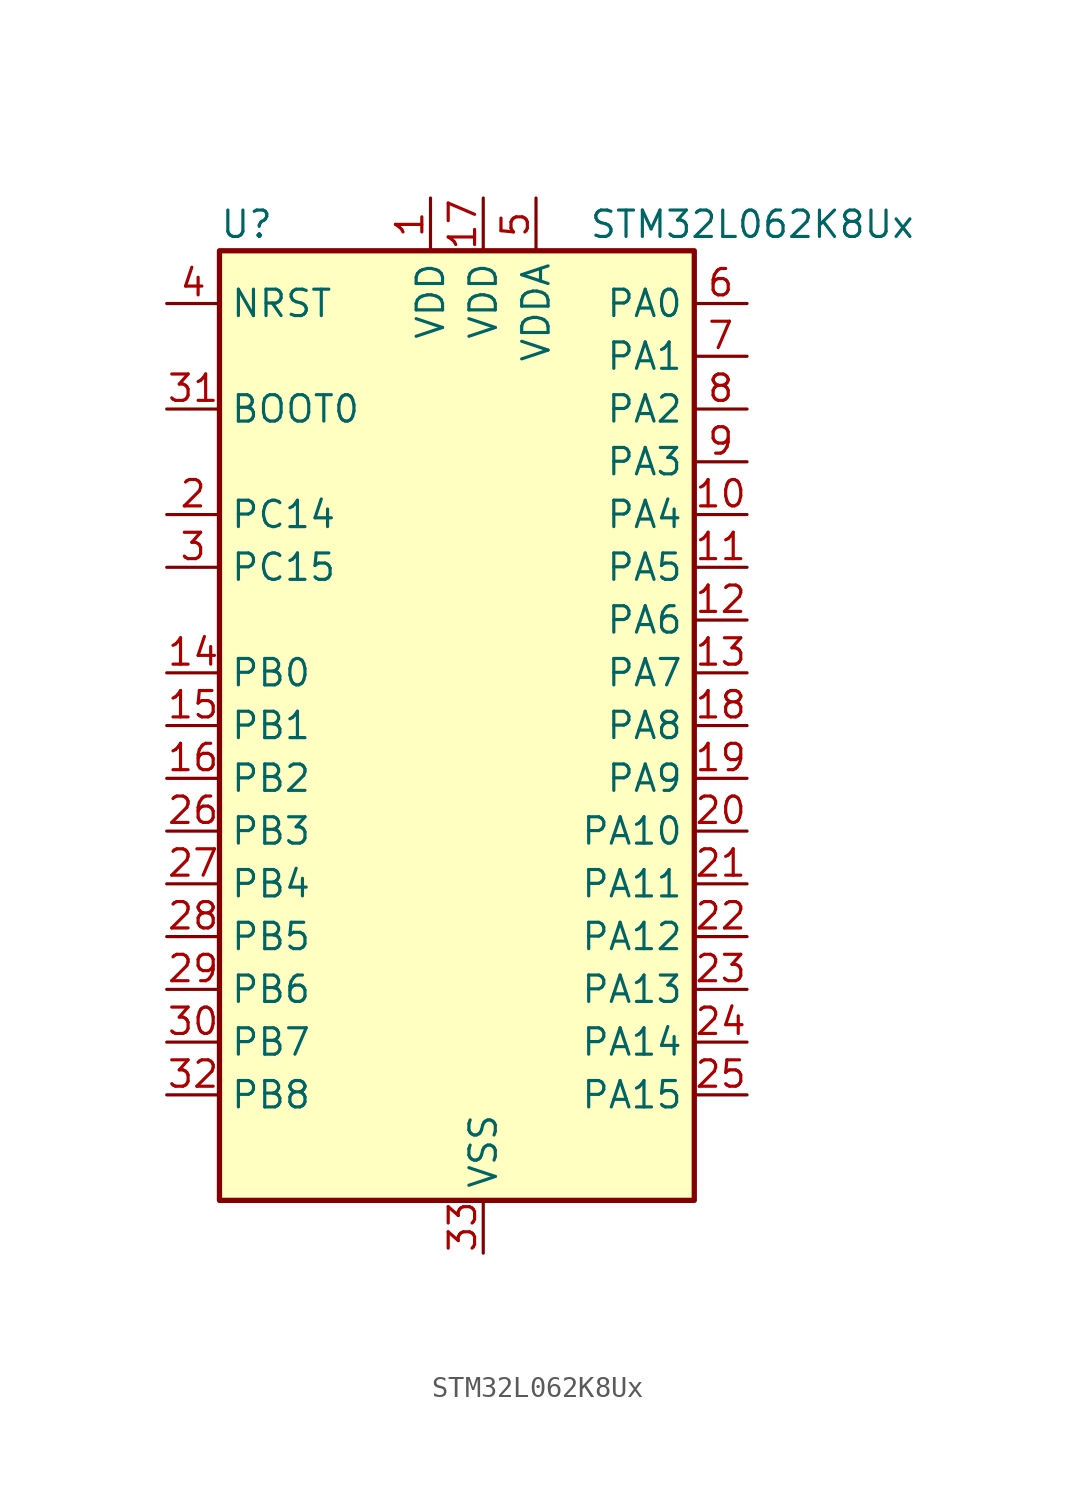
<source format=kicad_sym>
(kicad_symbol_lib
  (version 20220914)
  (generator kicad_symbol_editor)
  (symbol "STM32L062K8Ux"
    (property "Reference" "U"
      (at -10.16 24.13 0)
      (effects (font (size 1.27 1.27)) (justify left)))
    (property "Value" "STM32L062K8Ux"
      (at 7.62 24.13 0)
      (effects (font (size 1.27 1.27)) (justify left)))
    (property "ki_locked" ""
      (at 0 0 0)
      (effects (font (size 1.27 1.27))))
    (symbol "STM32L062K8Ux_0_1"
      (rectangle (start -10.16 -22.86) (end 12.7 22.86) (stroke (width 0.254) (type default)) (fill (type background))))
    (symbol "STM32L062K8Ux_1_1"
      (pin power_in line (at 0 25.4 270) (length 2.54) (name "VDD" (effects (font (size 1.27 1.27)))) (number "1" (effects (font (size 1.27 1.27)))))
      (pin bidirectional line (at 15.24 10.16 180) (length 2.54) (name "PA4" (effects (font (size 1.27 1.27)))) (number "10" (effects (font (size 1.27 1.27)))) (alternate "ADC_IN4" bidirectional line) (alternate "COMP1_INM" bidirectional line) (alternate "COMP2_INM" bidirectional line) (alternate "DAC_OUT1" bidirectional line) (alternate "SPI1_NSS" bidirectional line) (alternate "TIM22_ETR" bidirectional line) (alternate "TSC_G2_IO1" bidirectional line) (alternate "USART2_CK" bidirectional line))
      (pin bidirectional line (at 15.24 7.62 180) (length 2.54) (name "PA5" (effects (font (size 1.27 1.27)))) (number "11" (effects (font (size 1.27 1.27)))) (alternate "ADC_IN5" bidirectional line) (alternate "COMP1_INM" bidirectional line) (alternate "COMP2_INM" bidirectional line) (alternate "SPI1_SCK" bidirectional line) (alternate "TIM2_CH1" bidirectional line) (alternate "TIM2_ETR" bidirectional line) (alternate "TSC_G2_IO2" bidirectional line))
      (pin bidirectional line (at 15.24 5.08 180) (length 2.54) (name "PA6" (effects (font (size 1.27 1.27)))) (number "12" (effects (font (size 1.27 1.27)))) (alternate "ADC_IN6" bidirectional line) (alternate "COMP1_OUT" bidirectional line) (alternate "SPI1_MISO" bidirectional line) (alternate "TIM22_CH1" bidirectional line) (alternate "TSC_G2_IO3" bidirectional line))
      (pin bidirectional line (at 15.24 2.54 180) (length 2.54) (name "PA7" (effects (font (size 1.27 1.27)))) (number "13" (effects (font (size 1.27 1.27)))) (alternate "ADC_IN7" bidirectional line) (alternate "COMP2_OUT" bidirectional line) (alternate "SPI1_MOSI" bidirectional line) (alternate "TIM22_CH2" bidirectional line) (alternate "TSC_G2_IO4" bidirectional line))
      (pin bidirectional line (at -12.7 2.54 0) (length 2.54) (name "PB0" (effects (font (size 1.27 1.27)))) (number "14" (effects (font (size 1.27 1.27)))) (alternate "ADC_IN8" bidirectional line) (alternate "SYS_VREF_OUT_PB0" bidirectional line) (alternate "TSC_G3_IO2" bidirectional line))
      (pin bidirectional line (at -12.7 0 0) (length 2.54) (name "PB1" (effects (font (size 1.27 1.27)))) (number "15" (effects (font (size 1.27 1.27)))) (alternate "ADC_IN9" bidirectional line) (alternate "SYS_VREF_OUT_PB1" bidirectional line) (alternate "TSC_G3_IO3" bidirectional line))
      (pin bidirectional line (at -12.7 -2.54 0) (length 2.54) (name "PB2" (effects (font (size 1.27 1.27)))) (number "16" (effects (font (size 1.27 1.27)))) (alternate "LPTIM1_OUT" bidirectional line) (alternate "TSC_G3_IO4" bidirectional line))
      (pin power_in line (at 2.54 25.4 270) (length 2.54) (name "VDD" (effects (font (size 1.27 1.27)))) (number "17" (effects (font (size 1.27 1.27)))))
      (pin bidirectional line (at 15.24 0 180) (length 2.54) (name "PA8" (effects (font (size 1.27 1.27)))) (number "18" (effects (font (size 1.27 1.27)))) (alternate "CRS_SYNC" bidirectional line) (alternate "RCC_MCO" bidirectional line) (alternate "USART1_CK" bidirectional line))
      (pin bidirectional line (at 15.24 -2.54 180) (length 2.54) (name "PA9" (effects (font (size 1.27 1.27)))) (number "19" (effects (font (size 1.27 1.27)))) (alternate "DAC_EXTI9" bidirectional line) (alternate "RCC_MCO" bidirectional line) (alternate "TSC_G4_IO1" bidirectional line) (alternate "USART1_TX" bidirectional line))
      (pin bidirectional line (at -12.7 10.16 0) (length 2.54) (name "PC14" (effects (font (size 1.27 1.27)))) (number "2" (effects (font (size 1.27 1.27)))) (alternate "RCC_OSC32_IN" bidirectional line))
      (pin bidirectional line (at 15.24 -5.08 180) (length 2.54) (name "PA10" (effects (font (size 1.27 1.27)))) (number "20" (effects (font (size 1.27 1.27)))) (alternate "TSC_G4_IO2" bidirectional line) (alternate "USART1_RX" bidirectional line))
      (pin bidirectional line (at 15.24 -7.62 180) (length 2.54) (name "PA11" (effects (font (size 1.27 1.27)))) (number "21" (effects (font (size 1.27 1.27)))) (alternate "ADC_EXTI11" bidirectional line) (alternate "COMP1_OUT" bidirectional line) (alternate "SPI1_MISO" bidirectional line) (alternate "TSC_G4_IO3" bidirectional line) (alternate "USART1_CTS" bidirectional line) (alternate "USB_DM" bidirectional line))
      (pin bidirectional line (at 15.24 -10.16 180) (length 2.54) (name "PA12" (effects (font (size 1.27 1.27)))) (number "22" (effects (font (size 1.27 1.27)))) (alternate "COMP2_OUT" bidirectional line) (alternate "SPI1_MOSI" bidirectional line) (alternate "TSC_G4_IO4" bidirectional line) (alternate "USART1_DE" bidirectional line) (alternate "USART1_RTS" bidirectional line) (alternate "USB_DP" bidirectional line))
      (pin bidirectional line (at 15.24 -12.7 180) (length 2.54) (name "PA13" (effects (font (size 1.27 1.27)))) (number "23" (effects (font (size 1.27 1.27)))) (alternate "SYS_SWDIO" bidirectional line) (alternate "USB_NOE" bidirectional line))
      (pin bidirectional line (at 15.24 -15.24 180) (length 2.54) (name "PA14" (effects (font (size 1.27 1.27)))) (number "24" (effects (font (size 1.27 1.27)))) (alternate "SYS_SWCLK" bidirectional line) (alternate "USART2_TX" bidirectional line))
      (pin bidirectional line (at 15.24 -17.78 180) (length 2.54) (name "PA15" (effects (font (size 1.27 1.27)))) (number "25" (effects (font (size 1.27 1.27)))) (alternate "SPI1_NSS" bidirectional line) (alternate "TIM2_CH1" bidirectional line) (alternate "TIM2_ETR" bidirectional line) (alternate "USART2_RX" bidirectional line))
      (pin bidirectional line (at -12.7 -5.08 0) (length 2.54) (name "PB3" (effects (font (size 1.27 1.27)))) (number "26" (effects (font (size 1.27 1.27)))) (alternate "COMP2_INM" bidirectional line) (alternate "SPI1_SCK" bidirectional line) (alternate "TIM2_CH2" bidirectional line) (alternate "TSC_G5_IO1" bidirectional line))
      (pin bidirectional line (at -12.7 -7.62 0) (length 2.54) (name "PB4" (effects (font (size 1.27 1.27)))) (number "27" (effects (font (size 1.27 1.27)))) (alternate "COMP2_INP" bidirectional line) (alternate "SPI1_MISO" bidirectional line) (alternate "TIM22_CH1" bidirectional line) (alternate "TSC_G5_IO2" bidirectional line))
      (pin bidirectional line (at -12.7 -10.16 0) (length 2.54) (name "PB5" (effects (font (size 1.27 1.27)))) (number "28" (effects (font (size 1.27 1.27)))) (alternate "COMP2_INP" bidirectional line) (alternate "I2C1_SMBA" bidirectional line) (alternate "LPTIM1_IN1" bidirectional line) (alternate "SPI1_MOSI" bidirectional line) (alternate "TIM22_CH2" bidirectional line))
      (pin bidirectional line (at -12.7 -12.7 0) (length 2.54) (name "PB6" (effects (font (size 1.27 1.27)))) (number "29" (effects (font (size 1.27 1.27)))) (alternate "COMP2_INP" bidirectional line) (alternate "I2C1_SCL" bidirectional line) (alternate "LPTIM1_ETR" bidirectional line) (alternate "TSC_G5_IO3" bidirectional line) (alternate "USART1_TX" bidirectional line))
      (pin bidirectional line (at -12.7 7.62 0) (length 2.54) (name "PC15" (effects (font (size 1.27 1.27)))) (number "3" (effects (font (size 1.27 1.27)))) (alternate "RCC_OSC32_OUT" bidirectional line))
      (pin bidirectional line (at -12.7 -15.24 0) (length 2.54) (name "PB7" (effects (font (size 1.27 1.27)))) (number "30" (effects (font (size 1.27 1.27)))) (alternate "COMP2_INP" bidirectional line) (alternate "I2C1_SDA" bidirectional line) (alternate "LPTIM1_IN2" bidirectional line) (alternate "SYS_PVD_IN" bidirectional line) (alternate "TSC_G5_IO4" bidirectional line) (alternate "USART1_RX" bidirectional line))
      (pin input line (at -12.7 15.24 0) (length 2.54) (name "BOOT0" (effects (font (size 1.27 1.27)))) (number "31" (effects (font (size 1.27 1.27)))))
      (pin bidirectional line (at -12.7 -17.78 0) (length 2.54) (name "PB8" (effects (font (size 1.27 1.27)))) (number "32" (effects (font (size 1.27 1.27)))) (alternate "I2C1_SCL" bidirectional line) (alternate "TSC_SYNC" bidirectional line))
      (pin power_in line (at 2.54 -25.4 90) (length 2.54) (name "VSS" (effects (font (size 1.27 1.27)))) (number "33" (effects (font (size 1.27 1.27)))))
      (pin input line (at -12.7 20.32 0) (length 2.54) (name "NRST" (effects (font (size 1.27 1.27)))) (number "4" (effects (font (size 1.27 1.27)))))
      (pin power_in line (at 5.08 25.4 270) (length 2.54) (name "VDDA" (effects (font (size 1.27 1.27)))) (number "5" (effects (font (size 1.27 1.27)))))
      (pin bidirectional line (at 15.24 20.32 180) (length 2.54) (name "PA0" (effects (font (size 1.27 1.27)))) (number "6" (effects (font (size 1.27 1.27)))) (alternate "ADC_IN0" bidirectional line) (alternate "COMP1_INM" bidirectional line) (alternate "COMP1_OUT" bidirectional line) (alternate "RTC_TAMP2" bidirectional line) (alternate "SYS_WKUP1" bidirectional line) (alternate "TIM2_CH1" bidirectional line) (alternate "TIM2_ETR" bidirectional line) (alternate "TSC_G1_IO1" bidirectional line) (alternate "USART2_CTS" bidirectional line))
      (pin bidirectional line (at 15.24 17.78 180) (length 2.54) (name "PA1" (effects (font (size 1.27 1.27)))) (number "7" (effects (font (size 1.27 1.27)))) (alternate "ADC_IN1" bidirectional line) (alternate "COMP1_INP" bidirectional line) (alternate "TIM21_ETR" bidirectional line) (alternate "TIM2_CH2" bidirectional line) (alternate "TSC_G1_IO2" bidirectional line) (alternate "USART2_DE" bidirectional line) (alternate "USART2_RTS" bidirectional line))
      (pin bidirectional line (at 15.24 15.24 180) (length 2.54) (name "PA2" (effects (font (size 1.27 1.27)))) (number "8" (effects (font (size 1.27 1.27)))) (alternate "ADC_IN2" bidirectional line) (alternate "COMP2_INM" bidirectional line) (alternate "COMP2_OUT" bidirectional line) (alternate "TIM21_CH1" bidirectional line) (alternate "TIM2_CH3" bidirectional line) (alternate "TSC_G1_IO3" bidirectional line) (alternate "USART2_TX" bidirectional line))
      (pin bidirectional line (at 15.24 12.7 180) (length 2.54) (name "PA3" (effects (font (size 1.27 1.27)))) (number "9" (effects (font (size 1.27 1.27)))) (alternate "ADC_IN3" bidirectional line) (alternate "COMP2_INP" bidirectional line) (alternate "TIM21_CH2" bidirectional line) (alternate "TIM2_CH4" bidirectional line) (alternate "TSC_G1_IO4" bidirectional line) (alternate "USART2_RX" bidirectional line)))))
</source>
